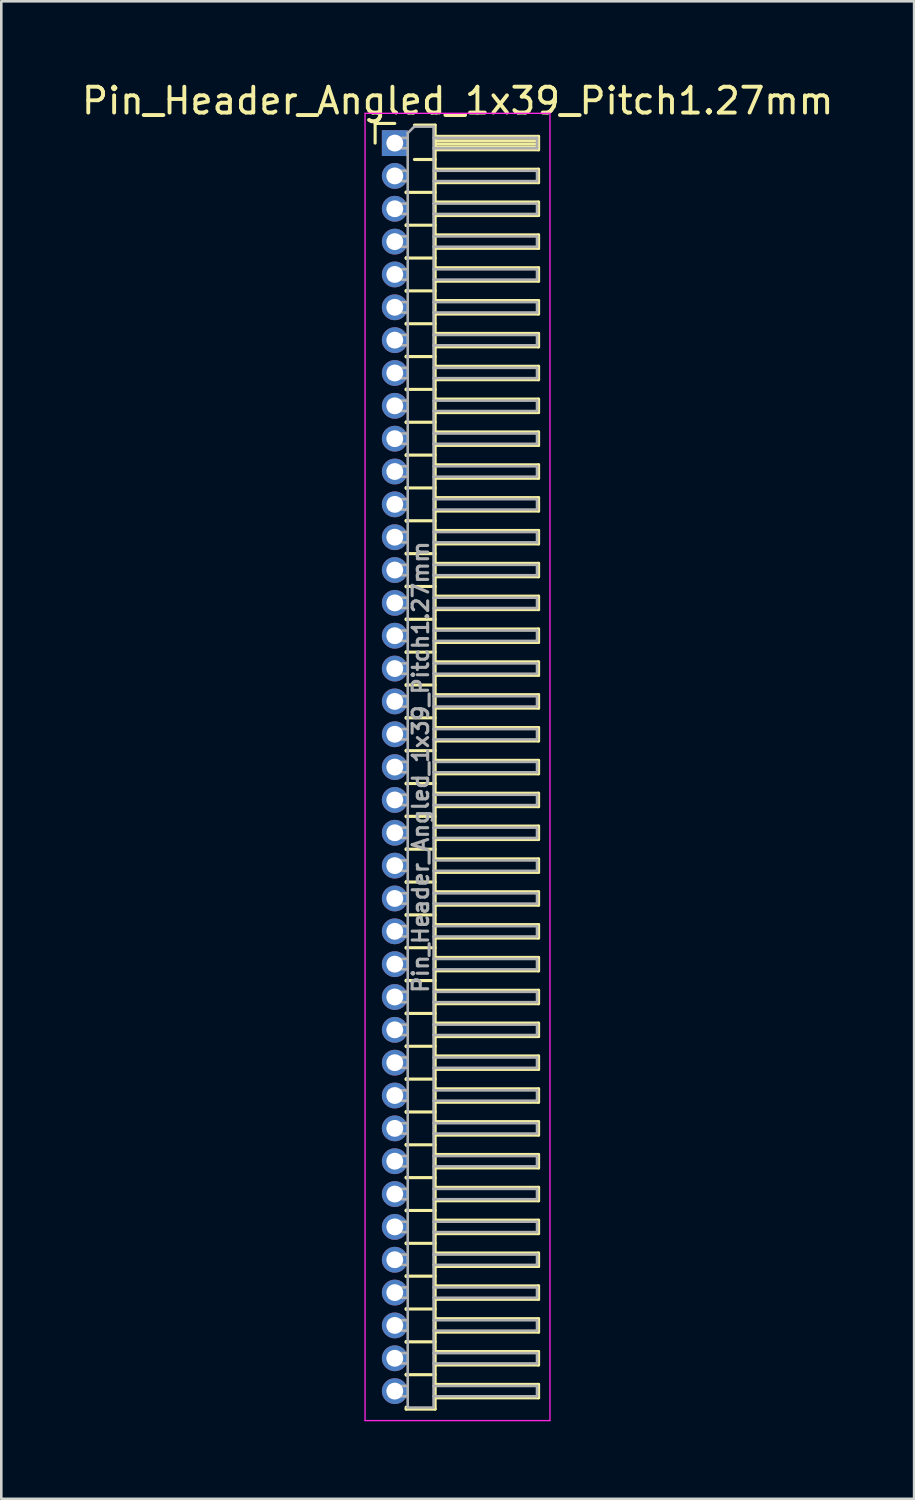
<source format=kicad_pcb>
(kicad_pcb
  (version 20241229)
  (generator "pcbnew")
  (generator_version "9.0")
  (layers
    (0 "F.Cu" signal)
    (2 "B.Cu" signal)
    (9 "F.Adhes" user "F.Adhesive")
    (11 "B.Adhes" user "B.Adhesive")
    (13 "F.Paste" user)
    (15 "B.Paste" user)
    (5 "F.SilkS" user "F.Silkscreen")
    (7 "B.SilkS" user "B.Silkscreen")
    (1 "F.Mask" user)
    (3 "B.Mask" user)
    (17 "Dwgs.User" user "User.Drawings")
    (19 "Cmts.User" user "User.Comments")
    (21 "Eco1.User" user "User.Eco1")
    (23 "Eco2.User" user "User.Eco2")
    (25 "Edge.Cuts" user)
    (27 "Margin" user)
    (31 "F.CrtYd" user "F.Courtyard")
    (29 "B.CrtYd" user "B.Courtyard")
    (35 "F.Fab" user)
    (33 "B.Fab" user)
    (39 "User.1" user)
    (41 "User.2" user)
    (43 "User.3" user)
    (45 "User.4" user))
  (footprint "Pin_Header_Angled_1x39_Pitch1.27mm"
    (layer "F.Cu")
    (at 12.216 2.483)
    (property "Reference" "Pin_Header_Angled_1x39_Pitch1.27mm" (at 2.433 -1.635 0) (layer "F.SilkS") (effects (font (size 1 1) (thickness 0.15))))
    (attr through_hole)
    (fp_line (start -0.76 -0.76) (end 0 -0.76) (stroke (width 0.12) (type solid)) (layer "F.SilkS"))
    (fp_line (start -0.76 0) (end -0.76 -0.76) (stroke (width 0.12) (type solid)) (layer "F.SilkS"))
    (fp_line (start 0.44 1.89) (end 0.44 1.92) (stroke (width 0.12) (type solid)) (layer "F.SilkS"))
    (fp_line (start 0.44 1.905) (end 1.56 1.905) (stroke (width 0.12) (type solid)) (layer "F.SilkS"))
    (fp_line (start 0.44 3.16) (end 0.44 3.19) (stroke (width 0.12) (type solid)) (layer "F.SilkS"))
    (fp_line (start 0.44 3.175) (end 1.56 3.175) (stroke (width 0.12) (type solid)) (layer "F.SilkS"))
    (fp_line (start 0.44 4.43) (end 0.44 4.46) (stroke (width 0.12) (type solid)) (layer "F.SilkS"))
    (fp_line (start 0.44 4.445) (end 1.56 4.445) (stroke (width 0.12) (type solid)) (layer "F.SilkS"))
    (fp_line (start 0.44 5.7) (end 0.44 5.73) (stroke (width 0.12) (type solid)) (layer "F.SilkS"))
    (fp_line (start 0.44 5.715) (end 1.56 5.715) (stroke (width 0.12) (type solid)) (layer "F.SilkS"))
    (fp_line (start 0.44 6.97) (end 0.44 7) (stroke (width 0.12) (type solid)) (layer "F.SilkS"))
    (fp_line (start 0.44 6.985) (end 1.56 6.985) (stroke (width 0.12) (type solid)) (layer "F.SilkS"))
    (fp_line (start 0.44 8.24) (end 0.44 8.27) (stroke (width 0.12) (type solid)) (layer "F.SilkS"))
    (fp_line (start 0.44 8.255) (end 1.56 8.255) (stroke (width 0.12) (type solid)) (layer "F.SilkS"))
    (fp_line (start 0.44 9.51) (end 0.44 9.54) (stroke (width 0.12) (type solid)) (layer "F.SilkS"))
    (fp_line (start 0.44 9.525) (end 1.56 9.525) (stroke (width 0.12) (type solid)) (layer "F.SilkS"))
    (fp_line (start 0.44 10.78) (end 0.44 10.81) (stroke (width 0.12) (type solid)) (layer "F.SilkS"))
    (fp_line (start 0.44 10.795) (end 1.56 10.795) (stroke (width 0.12) (type solid)) (layer "F.SilkS"))
    (fp_line (start 0.44 12.05) (end 0.44 12.08) (stroke (width 0.12) (type solid)) (layer "F.SilkS"))
    (fp_line (start 0.44 12.065) (end 1.56 12.065) (stroke (width 0.12) (type solid)) (layer "F.SilkS"))
    (fp_line (start 0.44 13.32) (end 0.44 13.35) (stroke (width 0.12) (type solid)) (layer "F.SilkS"))
    (fp_line (start 0.44 13.335) (end 1.56 13.335) (stroke (width 0.12) (type solid)) (layer "F.SilkS"))
    (fp_line (start 0.44 14.59) (end 0.44 14.62) (stroke (width 0.12) (type solid)) (layer "F.SilkS"))
    (fp_line (start 0.44 14.605) (end 1.56 14.605) (stroke (width 0.12) (type solid)) (layer "F.SilkS"))
    (fp_line (start 0.44 15.86) (end 0.44 15.89) (stroke (width 0.12) (type solid)) (layer "F.SilkS"))
    (fp_line (start 0.44 15.875) (end 1.56 15.875) (stroke (width 0.12) (type solid)) (layer "F.SilkS"))
    (fp_line (start 0.44 17.13) (end 0.44 17.16) (stroke (width 0.12) (type solid)) (layer "F.SilkS"))
    (fp_line (start 0.44 17.145) (end 1.56 17.145) (stroke (width 0.12) (type solid)) (layer "F.SilkS"))
    (fp_line (start 0.44 18.4) (end 0.44 18.43) (stroke (width 0.12) (type solid)) (layer "F.SilkS"))
    (fp_line (start 0.44 18.415) (end 1.56 18.415) (stroke (width 0.12) (type solid)) (layer "F.SilkS"))
    (fp_line (start 0.44 19.67) (end 0.44 19.7) (stroke (width 0.12) (type solid)) (layer "F.SilkS"))
    (fp_line (start 0.44 19.685) (end 1.56 19.685) (stroke (width 0.12) (type solid)) (layer "F.SilkS"))
    (fp_line (start 0.44 20.94) (end 0.44 20.97) (stroke (width 0.12) (type solid)) (layer "F.SilkS"))
    (fp_line (start 0.44 20.955) (end 1.56 20.955) (stroke (width 0.12) (type solid)) (layer "F.SilkS"))
    (fp_line (start 0.44 22.21) (end 0.44 22.24) (stroke (width 0.12) (type solid)) (layer "F.SilkS"))
    (fp_line (start 0.44 22.225) (end 1.56 22.225) (stroke (width 0.12) (type solid)) (layer "F.SilkS"))
    (fp_line (start 0.44 23.48) (end 0.44 23.51) (stroke (width 0.12) (type solid)) (layer "F.SilkS"))
    (fp_line (start 0.44 23.495) (end 1.56 23.495) (stroke (width 0.12) (type solid)) (layer "F.SilkS"))
    (fp_line (start 0.44 24.75) (end 0.44 24.78) (stroke (width 0.12) (type solid)) (layer "F.SilkS"))
    (fp_line (start 0.44 24.765) (end 1.56 24.765) (stroke (width 0.12) (type solid)) (layer "F.SilkS"))
    (fp_line (start 0.44 26.02) (end 0.44 26.05) (stroke (width 0.12) (type solid)) (layer "F.SilkS"))
    (fp_line (start 0.44 26.035) (end 1.56 26.035) (stroke (width 0.12) (type solid)) (layer "F.SilkS"))
    (fp_line (start 0.44 27.29) (end 0.44 27.32) (stroke (width 0.12) (type solid)) (layer "F.SilkS"))
    (fp_line (start 0.44 27.305) (end 1.56 27.305) (stroke (width 0.12) (type solid)) (layer "F.SilkS"))
    (fp_line (start 0.44 28.56) (end 0.44 28.59) (stroke (width 0.12) (type solid)) (layer "F.SilkS"))
    (fp_line (start 0.44 28.575) (end 1.56 28.575) (stroke (width 0.12) (type solid)) (layer "F.SilkS"))
    (fp_line (start 0.44 29.83) (end 0.44 29.86) (stroke (width 0.12) (type solid)) (layer "F.SilkS"))
    (fp_line (start 0.44 29.845) (end 1.56 29.845) (stroke (width 0.12) (type solid)) (layer "F.SilkS"))
    (fp_line (start 0.44 31.1) (end 0.44 31.13) (stroke (width 0.12) (type solid)) (layer "F.SilkS"))
    (fp_line (start 0.44 31.115) (end 1.56 31.115) (stroke (width 0.12) (type solid)) (layer "F.SilkS"))
    (fp_line (start 0.44 32.37) (end 0.44 32.4) (stroke (width 0.12) (type solid)) (layer "F.SilkS"))
    (fp_line (start 0.44 32.385) (end 1.56 32.385) (stroke (width 0.12) (type solid)) (layer "F.SilkS"))
    (fp_line (start 0.44 33.64) (end 0.44 33.67) (stroke (width 0.12) (type solid)) (layer "F.SilkS"))
    (fp_line (start 0.44 33.655) (end 1.56 33.655) (stroke (width 0.12) (type solid)) (layer "F.SilkS"))
    (fp_line (start 0.44 34.91) (end 0.44 34.94) (stroke (width 0.12) (type solid)) (layer "F.SilkS"))
    (fp_line (start 0.44 34.925) (end 1.56 34.925) (stroke (width 0.12) (type solid)) (layer "F.SilkS"))
    (fp_line (start 0.44 36.18) (end 0.44 36.21) (stroke (width 0.12) (type solid)) (layer "F.SilkS"))
    (fp_line (start 0.44 36.195) (end 1.56 36.195) (stroke (width 0.12) (type solid)) (layer "F.SilkS"))
    (fp_line (start 0.44 37.45) (end 0.44 37.48) (stroke (width 0.12) (type solid)) (layer "F.SilkS"))
    (fp_line (start 0.44 37.465) (end 1.56 37.465) (stroke (width 0.12) (type solid)) (layer "F.SilkS"))
    (fp_line (start 0.44 38.72) (end 0.44 38.75) (stroke (width 0.12) (type solid)) (layer "F.SilkS"))
    (fp_line (start 0.44 38.735) (end 1.56 38.735) (stroke (width 0.12) (type solid)) (layer "F.SilkS"))
    (fp_line (start 0.44 39.99) (end 0.44 40.02) (stroke (width 0.12) (type solid)) (layer "F.SilkS"))
    (fp_line (start 0.44 40.005) (end 1.56 40.005) (stroke (width 0.12) (type solid)) (layer "F.SilkS"))
    (fp_line (start 0.44 41.26) (end 0.44 41.29) (stroke (width 0.12) (type solid)) (layer "F.SilkS"))
    (fp_line (start 0.44 41.275) (end 1.56 41.275) (stroke (width 0.12) (type solid)) (layer "F.SilkS"))
    (fp_line (start 0.44 42.53) (end 0.44 42.56) (stroke (width 0.12) (type solid)) (layer "F.SilkS"))
    (fp_line (start 0.44 42.545) (end 1.56 42.545) (stroke (width 0.12) (type solid)) (layer "F.SilkS"))
    (fp_line (start 0.44 43.8) (end 0.44 43.83) (stroke (width 0.12) (type solid)) (layer "F.SilkS"))
    (fp_line (start 0.44 43.815) (end 1.56 43.815) (stroke (width 0.12) (type solid)) (layer "F.SilkS"))
    (fp_line (start 0.44 45.07) (end 0.44 45.1) (stroke (width 0.12) (type solid)) (layer "F.SilkS"))
    (fp_line (start 0.44 45.085) (end 1.56 45.085) (stroke (width 0.12) (type solid)) (layer "F.SilkS"))
    (fp_line (start 0.44 46.34) (end 0.44 46.37) (stroke (width 0.12) (type solid)) (layer "F.SilkS"))
    (fp_line (start 0.44 46.355) (end 1.56 46.355) (stroke (width 0.12) (type solid)) (layer "F.SilkS"))
    (fp_line (start 0.44 47.61) (end 0.44 47.64) (stroke (width 0.12) (type solid)) (layer "F.SilkS"))
    (fp_line (start 0.44 47.625) (end 1.56 47.625) (stroke (width 0.12) (type solid)) (layer "F.SilkS"))
    (fp_line (start 0.44 48.955) (end 0.44 48.88) (stroke (width 0.12) (type solid)) (layer "F.SilkS"))
    (fp_line (start 0.76 -0.695) (end 1.56 -0.695) (stroke (width 0.12) (type solid)) (layer "F.SilkS"))
    (fp_line (start 0.76 0.635) (end 1.56 0.635) (stroke (width 0.12) (type solid)) (layer "F.SilkS"))
    (fp_line (start 1.56 -0.695) (end 1.56 48.955) (stroke (width 0.12) (type solid)) (layer "F.SilkS"))
    (fp_line (start 1.56 -0.26) (end 5.56 -0.26) (stroke (width 0.12) (type solid)) (layer "F.SilkS"))
    (fp_line (start 1.56 -0.2) (end 5.56 -0.2) (stroke (width 0.12) (type solid)) (layer "F.SilkS"))
    (fp_line (start 1.56 -0.08) (end 5.56 -0.08) (stroke (width 0.12) (type solid)) (layer "F.SilkS"))
    (fp_line (start 1.56 0.04) (end 5.56 0.04) (stroke (width 0.12) (type solid)) (layer "F.SilkS"))
    (fp_line (start 1.56 0.16) (end 5.56 0.16) (stroke (width 0.12) (type solid)) (layer "F.SilkS"))
    (fp_line (start 1.56 1.01) (end 5.56 1.01) (stroke (width 0.12) (type solid)) (layer "F.SilkS"))
    (fp_line (start 1.56 2.28) (end 5.56 2.28) (stroke (width 0.12) (type solid)) (layer "F.SilkS"))
    (fp_line (start 1.56 3.55) (end 5.56 3.55) (stroke (width 0.12) (type solid)) (layer "F.SilkS"))
    (fp_line (start 1.56 4.82) (end 5.56 4.82) (stroke (width 0.12) (type solid)) (layer "F.SilkS"))
    (fp_line (start 1.56 6.09) (end 5.56 6.09) (stroke (width 0.12) (type solid)) (layer "F.SilkS"))
    (fp_line (start 1.56 7.36) (end 5.56 7.36) (stroke (width 0.12) (type solid)) (layer "F.SilkS"))
    (fp_line (start 1.56 8.63) (end 5.56 8.63) (stroke (width 0.12) (type solid)) (layer "F.SilkS"))
    (fp_line (start 1.56 9.9) (end 5.56 9.9) (stroke (width 0.12) (type solid)) (layer "F.SilkS"))
    (fp_line (start 1.56 11.17) (end 5.56 11.17) (stroke (width 0.12) (type solid)) (layer "F.SilkS"))
    (fp_line (start 1.56 12.44) (end 5.56 12.44) (stroke (width 0.12) (type solid)) (layer "F.SilkS"))
    (fp_line (start 1.56 13.71) (end 5.56 13.71) (stroke (width 0.12) (type solid)) (layer "F.SilkS"))
    (fp_line (start 1.56 14.98) (end 5.56 14.98) (stroke (width 0.12) (type solid)) (layer "F.SilkS"))
    (fp_line (start 1.56 16.25) (end 5.56 16.25) (stroke (width 0.12) (type solid)) (layer "F.SilkS"))
    (fp_line (start 1.56 17.52) (end 5.56 17.52) (stroke (width 0.12) (type solid)) (layer "F.SilkS"))
    (fp_line (start 1.56 18.79) (end 5.56 18.79) (stroke (width 0.12) (type solid)) (layer "F.SilkS"))
    (fp_line (start 1.56 20.06) (end 5.56 20.06) (stroke (width 0.12) (type solid)) (layer "F.SilkS"))
    (fp_line (start 1.56 21.33) (end 5.56 21.33) (stroke (width 0.12) (type solid)) (layer "F.SilkS"))
    (fp_line (start 1.56 22.6) (end 5.56 22.6) (stroke (width 0.12) (type solid)) (layer "F.SilkS"))
    (fp_line (start 1.56 23.87) (end 5.56 23.87) (stroke (width 0.12) (type solid)) (layer "F.SilkS"))
    (fp_line (start 1.56 25.14) (end 5.56 25.14) (stroke (width 0.12) (type solid)) (layer "F.SilkS"))
    (fp_line (start 1.56 26.41) (end 5.56 26.41) (stroke (width 0.12) (type solid)) (layer "F.SilkS"))
    (fp_line (start 1.56 27.68) (end 5.56 27.68) (stroke (width 0.12) (type solid)) (layer "F.SilkS"))
    (fp_line (start 1.56 28.95) (end 5.56 28.95) (stroke (width 0.12) (type solid)) (layer "F.SilkS"))
    (fp_line (start 1.56 30.22) (end 5.56 30.22) (stroke (width 0.12) (type solid)) (layer "F.SilkS"))
    (fp_line (start 1.56 31.49) (end 5.56 31.49) (stroke (width 0.12) (type solid)) (layer "F.SilkS"))
    (fp_line (start 1.56 32.76) (end 5.56 32.76) (stroke (width 0.12) (type solid)) (layer "F.SilkS"))
    (fp_line (start 1.56 34.03) (end 5.56 34.03) (stroke (width 0.12) (type solid)) (layer "F.SilkS"))
    (fp_line (start 1.56 35.3) (end 5.56 35.3) (stroke (width 0.12) (type solid)) (layer "F.SilkS"))
    (fp_line (start 1.56 36.57) (end 5.56 36.57) (stroke (width 0.12) (type solid)) (layer "F.SilkS"))
    (fp_line (start 1.56 37.84) (end 5.56 37.84) (stroke (width 0.12) (type solid)) (layer "F.SilkS"))
    (fp_line (start 1.56 39.11) (end 5.56 39.11) (stroke (width 0.12) (type solid)) (layer "F.SilkS"))
    (fp_line (start 1.56 40.38) (end 5.56 40.38) (stroke (width 0.12) (type solid)) (layer "F.SilkS"))
    (fp_line (start 1.56 41.65) (end 5.56 41.65) (stroke (width 0.12) (type solid)) (layer "F.SilkS"))
    (fp_line (start 1.56 42.92) (end 5.56 42.92) (stroke (width 0.12) (type solid)) (layer "F.SilkS"))
    (fp_line (start 1.56 44.19) (end 5.56 44.19) (stroke (width 0.12) (type solid)) (layer "F.SilkS"))
    (fp_line (start 1.56 45.46) (end 5.56 45.46) (stroke (width 0.12) (type solid)) (layer "F.SilkS"))
    (fp_line (start 1.56 46.73) (end 5.56 46.73) (stroke (width 0.12) (type solid)) (layer "F.SilkS"))
    (fp_line (start 1.56 48) (end 5.56 48) (stroke (width 0.12) (type solid)) (layer "F.SilkS"))
    (fp_line (start 1.56 48.955) (end 0.44 48.955) (stroke (width 0.12) (type solid)) (layer "F.SilkS"))
    (fp_line (start 5.56 -0.26) (end 5.56 0.26) (stroke (width 0.12) (type solid)) (layer "F.SilkS"))
    (fp_line (start 5.56 0.26) (end 1.56 0.26) (stroke (width 0.12) (type solid)) (layer "F.SilkS"))
    (fp_line (start 5.56 1.01) (end 5.56 1.53) (stroke (width 0.12) (type solid)) (layer "F.SilkS"))
    (fp_line (start 5.56 1.53) (end 1.56 1.53) (stroke (width 0.12) (type solid)) (layer "F.SilkS"))
    (fp_line (start 5.56 2.28) (end 5.56 2.8) (stroke (width 0.12) (type solid)) (layer "F.SilkS"))
    (fp_line (start 5.56 2.8) (end 1.56 2.8) (stroke (width 0.12) (type solid)) (layer "F.SilkS"))
    (fp_line (start 5.56 3.55) (end 5.56 4.07) (stroke (width 0.12) (type solid)) (layer "F.SilkS"))
    (fp_line (start 5.56 4.07) (end 1.56 4.07) (stroke (width 0.12) (type solid)) (layer "F.SilkS"))
    (fp_line (start 5.56 4.82) (end 5.56 5.34) (stroke (width 0.12) (type solid)) (layer "F.SilkS"))
    (fp_line (start 5.56 5.34) (end 1.56 5.34) (stroke (width 0.12) (type solid)) (layer "F.SilkS"))
    (fp_line (start 5.56 6.09) (end 5.56 6.61) (stroke (width 0.12) (type solid)) (layer "F.SilkS"))
    (fp_line (start 5.56 6.61) (end 1.56 6.61) (stroke (width 0.12) (type solid)) (layer "F.SilkS"))
    (fp_line (start 5.56 7.36) (end 5.56 7.88) (stroke (width 0.12) (type solid)) (layer "F.SilkS"))
    (fp_line (start 5.56 7.88) (end 1.56 7.88) (stroke (width 0.12) (type solid)) (layer "F.SilkS"))
    (fp_line (start 5.56 8.63) (end 5.56 9.15) (stroke (width 0.12) (type solid)) (layer "F.SilkS"))
    (fp_line (start 5.56 9.15) (end 1.56 9.15) (stroke (width 0.12) (type solid)) (layer "F.SilkS"))
    (fp_line (start 5.56 9.9) (end 5.56 10.42) (stroke (width 0.12) (type solid)) (layer "F.SilkS"))
    (fp_line (start 5.56 10.42) (end 1.56 10.42) (stroke (width 0.12) (type solid)) (layer "F.SilkS"))
    (fp_line (start 5.56 11.17) (end 5.56 11.69) (stroke (width 0.12) (type solid)) (layer "F.SilkS"))
    (fp_line (start 5.56 11.69) (end 1.56 11.69) (stroke (width 0.12) (type solid)) (layer "F.SilkS"))
    (fp_line (start 5.56 12.44) (end 5.56 12.96) (stroke (width 0.12) (type solid)) (layer "F.SilkS"))
    (fp_line (start 5.56 12.96) (end 1.56 12.96) (stroke (width 0.12) (type solid)) (layer "F.SilkS"))
    (fp_line (start 5.56 13.71) (end 5.56 14.23) (stroke (width 0.12) (type solid)) (layer "F.SilkS"))
    (fp_line (start 5.56 14.23) (end 1.56 14.23) (stroke (width 0.12) (type solid)) (layer "F.SilkS"))
    (fp_line (start 5.56 14.98) (end 5.56 15.5) (stroke (width 0.12) (type solid)) (layer "F.SilkS"))
    (fp_line (start 5.56 15.5) (end 1.56 15.5) (stroke (width 0.12) (type solid)) (layer "F.SilkS"))
    (fp_line (start 5.56 16.25) (end 5.56 16.77) (stroke (width 0.12) (type solid)) (layer "F.SilkS"))
    (fp_line (start 5.56 16.77) (end 1.56 16.77) (stroke (width 0.12) (type solid)) (layer "F.SilkS"))
    (fp_line (start 5.56 17.52) (end 5.56 18.04) (stroke (width 0.12) (type solid)) (layer "F.SilkS"))
    (fp_line (start 5.56 18.04) (end 1.56 18.04) (stroke (width 0.12) (type solid)) (layer "F.SilkS"))
    (fp_line (start 5.56 18.79) (end 5.56 19.31) (stroke (width 0.12) (type solid)) (layer "F.SilkS"))
    (fp_line (start 5.56 19.31) (end 1.56 19.31) (stroke (width 0.12) (type solid)) (layer "F.SilkS"))
    (fp_line (start 5.56 20.06) (end 5.56 20.58) (stroke (width 0.12) (type solid)) (layer "F.SilkS"))
    (fp_line (start 5.56 20.58) (end 1.56 20.58) (stroke (width 0.12) (type solid)) (layer "F.SilkS"))
    (fp_line (start 5.56 21.33) (end 5.56 21.85) (stroke (width 0.12) (type solid)) (layer "F.SilkS"))
    (fp_line (start 5.56 21.85) (end 1.56 21.85) (stroke (width 0.12) (type solid)) (layer "F.SilkS"))
    (fp_line (start 5.56 22.6) (end 5.56 23.12) (stroke (width 0.12) (type solid)) (layer "F.SilkS"))
    (fp_line (start 5.56 23.12) (end 1.56 23.12) (stroke (width 0.12) (type solid)) (layer "F.SilkS"))
    (fp_line (start 5.56 23.87) (end 5.56 24.39) (stroke (width 0.12) (type solid)) (layer "F.SilkS"))
    (fp_line (start 5.56 24.39) (end 1.56 24.39) (stroke (width 0.12) (type solid)) (layer "F.SilkS"))
    (fp_line (start 5.56 25.14) (end 5.56 25.66) (stroke (width 0.12) (type solid)) (layer "F.SilkS"))
    (fp_line (start 5.56 25.66) (end 1.56 25.66) (stroke (width 0.12) (type solid)) (layer "F.SilkS"))
    (fp_line (start 5.56 26.41) (end 5.56 26.93) (stroke (width 0.12) (type solid)) (layer "F.SilkS"))
    (fp_line (start 5.56 26.93) (end 1.56 26.93) (stroke (width 0.12) (type solid)) (layer "F.SilkS"))
    (fp_line (start 5.56 27.68) (end 5.56 28.2) (stroke (width 0.12) (type solid)) (layer "F.SilkS"))
    (fp_line (start 5.56 28.2) (end 1.56 28.2) (stroke (width 0.12) (type solid)) (layer "F.SilkS"))
    (fp_line (start 5.56 28.95) (end 5.56 29.47) (stroke (width 0.12) (type solid)) (layer "F.SilkS"))
    (fp_line (start 5.56 29.47) (end 1.56 29.47) (stroke (width 0.12) (type solid)) (layer "F.SilkS"))
    (fp_line (start 5.56 30.22) (end 5.56 30.74) (stroke (width 0.12) (type solid)) (layer "F.SilkS"))
    (fp_line (start 5.56 30.74) (end 1.56 30.74) (stroke (width 0.12) (type solid)) (layer "F.SilkS"))
    (fp_line (start 5.56 31.49) (end 5.56 32.01) (stroke (width 0.12) (type solid)) (layer "F.SilkS"))
    (fp_line (start 5.56 32.01) (end 1.56 32.01) (stroke (width 0.12) (type solid)) (layer "F.SilkS"))
    (fp_line (start 5.56 32.76) (end 5.56 33.28) (stroke (width 0.12) (type solid)) (layer "F.SilkS"))
    (fp_line (start 5.56 33.28) (end 1.56 33.28) (stroke (width 0.12) (type solid)) (layer "F.SilkS"))
    (fp_line (start 5.56 34.03) (end 5.56 34.55) (stroke (width 0.12) (type solid)) (layer "F.SilkS"))
    (fp_line (start 5.56 34.55) (end 1.56 34.55) (stroke (width 0.12) (type solid)) (layer "F.SilkS"))
    (fp_line (start 5.56 35.3) (end 5.56 35.82) (stroke (width 0.12) (type solid)) (layer "F.SilkS"))
    (fp_line (start 5.56 35.82) (end 1.56 35.82) (stroke (width 0.12) (type solid)) (layer "F.SilkS"))
    (fp_line (start 5.56 36.57) (end 5.56 37.09) (stroke (width 0.12) (type solid)) (layer "F.SilkS"))
    (fp_line (start 5.56 37.09) (end 1.56 37.09) (stroke (width 0.12) (type solid)) (layer "F.SilkS"))
    (fp_line (start 5.56 37.84) (end 5.56 38.36) (stroke (width 0.12) (type solid)) (layer "F.SilkS"))
    (fp_line (start 5.56 38.36) (end 1.56 38.36) (stroke (width 0.12) (type solid)) (layer "F.SilkS"))
    (fp_line (start 5.56 39.11) (end 5.56 39.63) (stroke (width 0.12) (type solid)) (layer "F.SilkS"))
    (fp_line (start 5.56 39.63) (end 1.56 39.63) (stroke (width 0.12) (type solid)) (layer "F.SilkS"))
    (fp_line (start 5.56 40.38) (end 5.56 40.9) (stroke (width 0.12) (type solid)) (layer "F.SilkS"))
    (fp_line (start 5.56 40.9) (end 1.56 40.9) (stroke (width 0.12) (type solid)) (layer "F.SilkS"))
    (fp_line (start 5.56 41.65) (end 5.56 42.17) (stroke (width 0.12) (type solid)) (layer "F.SilkS"))
    (fp_line (start 5.56 42.17) (end 1.56 42.17) (stroke (width 0.12) (type solid)) (layer "F.SilkS"))
    (fp_line (start 5.56 42.92) (end 5.56 43.44) (stroke (width 0.12) (type solid)) (layer "F.SilkS"))
    (fp_line (start 5.56 43.44) (end 1.56 43.44) (stroke (width 0.12) (type solid)) (layer "F.SilkS"))
    (fp_line (start 5.56 44.19) (end 5.56 44.71) (stroke (width 0.12) (type solid)) (layer "F.SilkS"))
    (fp_line (start 5.56 44.71) (end 1.56 44.71) (stroke (width 0.12) (type solid)) (layer "F.SilkS"))
    (fp_line (start 5.56 45.46) (end 5.56 45.98) (stroke (width 0.12) (type solid)) (layer "F.SilkS"))
    (fp_line (start 5.56 45.98) (end 1.56 45.98) (stroke (width 0.12) (type solid)) (layer "F.SilkS"))
    (fp_line (start 5.56 46.73) (end 5.56 47.25) (stroke (width 0.12) (type solid)) (layer "F.SilkS"))
    (fp_line (start 5.56 47.25) (end 1.56 47.25) (stroke (width 0.12) (type solid)) (layer "F.SilkS"))
    (fp_line (start 5.56 48) (end 5.56 48.52) (stroke (width 0.12) (type solid)) (layer "F.SilkS"))
    (fp_line (start 5.56 48.52) (end 1.56 48.52) (stroke (width 0.12) (type solid)) (layer "F.SilkS"))
    (fp_line (start -1.15 -1.15) (end -1.15 49.4) (stroke (width 0.05) (type solid)) (layer "F.CrtYd"))
    (fp_line (start -1.15 49.4) (end 6 49.4) (stroke (width 0.05) (type solid)) (layer "F.CrtYd"))
    (fp_line (start 6 -1.15) (end -1.15 -1.15) (stroke (width 0.05) (type solid)) (layer "F.CrtYd"))
    (fp_line (start 6 49.4) (end 6 -1.15) (stroke (width 0.05) (type solid)) (layer "F.CrtYd"))
    (fp_line (start -0.2 -0.2) (end -0.2 0.2) (stroke (width 0.1) (type solid)) (layer "F.Fab"))
    (fp_line (start -0.2 -0.2) (end 0.5 -0.2) (stroke (width 0.1) (type solid)) (layer "F.Fab"))
    (fp_line (start -0.2 0.2) (end 0.5 0.2) (stroke (width 0.1) (type solid)) (layer "F.Fab"))
    (fp_line (start -0.2 1.07) (end -0.2 1.47) (stroke (width 0.1) (type solid)) (layer "F.Fab"))
    (fp_line (start -0.2 1.07) (end 0.5 1.07) (stroke (width 0.1) (type solid)) (layer "F.Fab"))
    (fp_line (start -0.2 1.47) (end 0.5 1.47) (stroke (width 0.1) (type solid)) (layer "F.Fab"))
    (fp_line (start -0.2 2.34) (end -0.2 2.74) (stroke (width 0.1) (type solid)) (layer "F.Fab"))
    (fp_line (start -0.2 2.34) (end 0.5 2.34) (stroke (width 0.1) (type solid)) (layer "F.Fab"))
    (fp_line (start -0.2 2.74) (end 0.5 2.74) (stroke (width 0.1) (type solid)) (layer "F.Fab"))
    (fp_line (start -0.2 3.61) (end -0.2 4.01) (stroke (width 0.1) (type solid)) (layer "F.Fab"))
    (fp_line (start -0.2 3.61) (end 0.5 3.61) (stroke (width 0.1) (type solid)) (layer "F.Fab"))
    (fp_line (start -0.2 4.01) (end 0.5 4.01) (stroke (width 0.1) (type solid)) (layer "F.Fab"))
    (fp_line (start -0.2 4.88) (end -0.2 5.28) (stroke (width 0.1) (type solid)) (layer "F.Fab"))
    (fp_line (start -0.2 4.88) (end 0.5 4.88) (stroke (width 0.1) (type solid)) (layer "F.Fab"))
    (fp_line (start -0.2 5.28) (end 0.5 5.28) (stroke (width 0.1) (type solid)) (layer "F.Fab"))
    (fp_line (start -0.2 6.15) (end -0.2 6.55) (stroke (width 0.1) (type solid)) (layer "F.Fab"))
    (fp_line (start -0.2 6.15) (end 0.5 6.15) (stroke (width 0.1) (type solid)) (layer "F.Fab"))
    (fp_line (start -0.2 6.55) (end 0.5 6.55) (stroke (width 0.1) (type solid)) (layer "F.Fab"))
    (fp_line (start -0.2 7.42) (end -0.2 7.82) (stroke (width 0.1) (type solid)) (layer "F.Fab"))
    (fp_line (start -0.2 7.42) (end 0.5 7.42) (stroke (width 0.1) (type solid)) (layer "F.Fab"))
    (fp_line (start -0.2 7.82) (end 0.5 7.82) (stroke (width 0.1) (type solid)) (layer "F.Fab"))
    (fp_line (start -0.2 8.69) (end -0.2 9.09) (stroke (width 0.1) (type solid)) (layer "F.Fab"))
    (fp_line (start -0.2 8.69) (end 0.5 8.69) (stroke (width 0.1) (type solid)) (layer "F.Fab"))
    (fp_line (start -0.2 9.09) (end 0.5 9.09) (stroke (width 0.1) (type solid)) (layer "F.Fab"))
    (fp_line (start -0.2 9.96) (end -0.2 10.36) (stroke (width 0.1) (type solid)) (layer "F.Fab"))
    (fp_line (start -0.2 9.96) (end 0.5 9.96) (stroke (width 0.1) (type solid)) (layer "F.Fab"))
    (fp_line (start -0.2 10.36) (end 0.5 10.36) (stroke (width 0.1) (type solid)) (layer "F.Fab"))
    (fp_line (start -0.2 11.23) (end -0.2 11.63) (stroke (width 0.1) (type solid)) (layer "F.Fab"))
    (fp_line (start -0.2 11.23) (end 0.5 11.23) (stroke (width 0.1) (type solid)) (layer "F.Fab"))
    (fp_line (start -0.2 11.63) (end 0.5 11.63) (stroke (width 0.1) (type solid)) (layer "F.Fab"))
    (fp_line (start -0.2 12.5) (end -0.2 12.9) (stroke (width 0.1) (type solid)) (layer "F.Fab"))
    (fp_line (start -0.2 12.5) (end 0.5 12.5) (stroke (width 0.1) (type solid)) (layer "F.Fab"))
    (fp_line (start -0.2 12.9) (end 0.5 12.9) (stroke (width 0.1) (type solid)) (layer "F.Fab"))
    (fp_line (start -0.2 13.77) (end -0.2 14.17) (stroke (width 0.1) (type solid)) (layer "F.Fab"))
    (fp_line (start -0.2 13.77) (end 0.5 13.77) (stroke (width 0.1) (type solid)) (layer "F.Fab"))
    (fp_line (start -0.2 14.17) (end 0.5 14.17) (stroke (width 0.1) (type solid)) (layer "F.Fab"))
    (fp_line (start -0.2 15.04) (end -0.2 15.44) (stroke (width 0.1) (type solid)) (layer "F.Fab"))
    (fp_line (start -0.2 15.04) (end 0.5 15.04) (stroke (width 0.1) (type solid)) (layer "F.Fab"))
    (fp_line (start -0.2 15.44) (end 0.5 15.44) (stroke (width 0.1) (type solid)) (layer "F.Fab"))
    (fp_line (start -0.2 16.31) (end -0.2 16.71) (stroke (width 0.1) (type solid)) (layer "F.Fab"))
    (fp_line (start -0.2 16.31) (end 0.5 16.31) (stroke (width 0.1) (type solid)) (layer "F.Fab"))
    (fp_line (start -0.2 16.71) (end 0.5 16.71) (stroke (width 0.1) (type solid)) (layer "F.Fab"))
    (fp_line (start -0.2 17.58) (end -0.2 17.98) (stroke (width 0.1) (type solid)) (layer "F.Fab"))
    (fp_line (start -0.2 17.58) (end 0.5 17.58) (stroke (width 0.1) (type solid)) (layer "F.Fab"))
    (fp_line (start -0.2 17.98) (end 0.5 17.98) (stroke (width 0.1) (type solid)) (layer "F.Fab"))
    (fp_line (start -0.2 18.85) (end -0.2 19.25) (stroke (width 0.1) (type solid)) (layer "F.Fab"))
    (fp_line (start -0.2 18.85) (end 0.5 18.85) (stroke (width 0.1) (type solid)) (layer "F.Fab"))
    (fp_line (start -0.2 19.25) (end 0.5 19.25) (stroke (width 0.1) (type solid)) (layer "F.Fab"))
    (fp_line (start -0.2 20.12) (end -0.2 20.52) (stroke (width 0.1) (type solid)) (layer "F.Fab"))
    (fp_line (start -0.2 20.12) (end 0.5 20.12) (stroke (width 0.1) (type solid)) (layer "F.Fab"))
    (fp_line (start -0.2 20.52) (end 0.5 20.52) (stroke (width 0.1) (type solid)) (layer "F.Fab"))
    (fp_line (start -0.2 21.39) (end -0.2 21.79) (stroke (width 0.1) (type solid)) (layer "F.Fab"))
    (fp_line (start -0.2 21.39) (end 0.5 21.39) (stroke (width 0.1) (type solid)) (layer "F.Fab"))
    (fp_line (start -0.2 21.79) (end 0.5 21.79) (stroke (width 0.1) (type solid)) (layer "F.Fab"))
    (fp_line (start -0.2 22.66) (end -0.2 23.06) (stroke (width 0.1) (type solid)) (layer "F.Fab"))
    (fp_line (start -0.2 22.66) (end 0.5 22.66) (stroke (width 0.1) (type solid)) (layer "F.Fab"))
    (fp_line (start -0.2 23.06) (end 0.5 23.06) (stroke (width 0.1) (type solid)) (layer "F.Fab"))
    (fp_line (start -0.2 23.93) (end -0.2 24.33) (stroke (width 0.1) (type solid)) (layer "F.Fab"))
    (fp_line (start -0.2 23.93) (end 0.5 23.93) (stroke (width 0.1) (type solid)) (layer "F.Fab"))
    (fp_line (start -0.2 24.33) (end 0.5 24.33) (stroke (width 0.1) (type solid)) (layer "F.Fab"))
    (fp_line (start -0.2 25.2) (end -0.2 25.6) (stroke (width 0.1) (type solid)) (layer "F.Fab"))
    (fp_line (start -0.2 25.2) (end 0.5 25.2) (stroke (width 0.1) (type solid)) (layer "F.Fab"))
    (fp_line (start -0.2 25.6) (end 0.5 25.6) (stroke (width 0.1) (type solid)) (layer "F.Fab"))
    (fp_line (start -0.2 26.47) (end -0.2 26.87) (stroke (width 0.1) (type solid)) (layer "F.Fab"))
    (fp_line (start -0.2 26.47) (end 0.5 26.47) (stroke (width 0.1) (type solid)) (layer "F.Fab"))
    (fp_line (start -0.2 26.87) (end 0.5 26.87) (stroke (width 0.1) (type solid)) (layer "F.Fab"))
    (fp_line (start -0.2 27.74) (end -0.2 28.14) (stroke (width 0.1) (type solid)) (layer "F.Fab"))
    (fp_line (start -0.2 27.74) (end 0.5 27.74) (stroke (width 0.1) (type solid)) (layer "F.Fab"))
    (fp_line (start -0.2 28.14) (end 0.5 28.14) (stroke (width 0.1) (type solid)) (layer "F.Fab"))
    (fp_line (start -0.2 29.01) (end -0.2 29.41) (stroke (width 0.1) (type solid)) (layer "F.Fab"))
    (fp_line (start -0.2 29.01) (end 0.5 29.01) (stroke (width 0.1) (type solid)) (layer "F.Fab"))
    (fp_line (start -0.2 29.41) (end 0.5 29.41) (stroke (width 0.1) (type solid)) (layer "F.Fab"))
    (fp_line (start -0.2 30.28) (end -0.2 30.68) (stroke (width 0.1) (type solid)) (layer "F.Fab"))
    (fp_line (start -0.2 30.28) (end 0.5 30.28) (stroke (width 0.1) (type solid)) (layer "F.Fab"))
    (fp_line (start -0.2 30.68) (end 0.5 30.68) (stroke (width 0.1) (type solid)) (layer "F.Fab"))
    (fp_line (start -0.2 31.55) (end -0.2 31.95) (stroke (width 0.1) (type solid)) (layer "F.Fab"))
    (fp_line (start -0.2 31.55) (end 0.5 31.55) (stroke (width 0.1) (type solid)) (layer "F.Fab"))
    (fp_line (start -0.2 31.95) (end 0.5 31.95) (stroke (width 0.1) (type solid)) (layer "F.Fab"))
    (fp_line (start -0.2 32.82) (end -0.2 33.22) (stroke (width 0.1) (type solid)) (layer "F.Fab"))
    (fp_line (start -0.2 32.82) (end 0.5 32.82) (stroke (width 0.1) (type solid)) (layer "F.Fab"))
    (fp_line (start -0.2 33.22) (end 0.5 33.22) (stroke (width 0.1) (type solid)) (layer "F.Fab"))
    (fp_line (start -0.2 34.09) (end -0.2 34.49) (stroke (width 0.1) (type solid)) (layer "F.Fab"))
    (fp_line (start -0.2 34.09) (end 0.5 34.09) (stroke (width 0.1) (type solid)) (layer "F.Fab"))
    (fp_line (start -0.2 34.49) (end 0.5 34.49) (stroke (width 0.1) (type solid)) (layer "F.Fab"))
    (fp_line (start -0.2 35.36) (end -0.2 35.76) (stroke (width 0.1) (type solid)) (layer "F.Fab"))
    (fp_line (start -0.2 35.36) (end 0.5 35.36) (stroke (width 0.1) (type solid)) (layer "F.Fab"))
    (fp_line (start -0.2 35.76) (end 0.5 35.76) (stroke (width 0.1) (type solid)) (layer "F.Fab"))
    (fp_line (start -0.2 36.63) (end -0.2 37.03) (stroke (width 0.1) (type solid)) (layer "F.Fab"))
    (fp_line (start -0.2 36.63) (end 0.5 36.63) (stroke (width 0.1) (type solid)) (layer "F.Fab"))
    (fp_line (start -0.2 37.03) (end 0.5 37.03) (stroke (width 0.1) (type solid)) (layer "F.Fab"))
    (fp_line (start -0.2 37.9) (end -0.2 38.3) (stroke (width 0.1) (type solid)) (layer "F.Fab"))
    (fp_line (start -0.2 37.9) (end 0.5 37.9) (stroke (width 0.1) (type solid)) (layer "F.Fab"))
    (fp_line (start -0.2 38.3) (end 0.5 38.3) (stroke (width 0.1) (type solid)) (layer "F.Fab"))
    (fp_line (start -0.2 39.17) (end -0.2 39.57) (stroke (width 0.1) (type solid)) (layer "F.Fab"))
    (fp_line (start -0.2 39.17) (end 0.5 39.17) (stroke (width 0.1) (type solid)) (layer "F.Fab"))
    (fp_line (start -0.2 39.57) (end 0.5 39.57) (stroke (width 0.1) (type solid)) (layer "F.Fab"))
    (fp_line (start -0.2 40.44) (end -0.2 40.84) (stroke (width 0.1) (type solid)) (layer "F.Fab"))
    (fp_line (start -0.2 40.44) (end 0.5 40.44) (stroke (width 0.1) (type solid)) (layer "F.Fab"))
    (fp_line (start -0.2 40.84) (end 0.5 40.84) (stroke (width 0.1) (type solid)) (layer "F.Fab"))
    (fp_line (start -0.2 41.71) (end -0.2 42.11) (stroke (width 0.1) (type solid)) (layer "F.Fab"))
    (fp_line (start -0.2 41.71) (end 0.5 41.71) (stroke (width 0.1) (type solid)) (layer "F.Fab"))
    (fp_line (start -0.2 42.11) (end 0.5 42.11) (stroke (width 0.1) (type solid)) (layer "F.Fab"))
    (fp_line (start -0.2 42.98) (end -0.2 43.38) (stroke (width 0.1) (type solid)) (layer "F.Fab"))
    (fp_line (start -0.2 42.98) (end 0.5 42.98) (stroke (width 0.1) (type solid)) (layer "F.Fab"))
    (fp_line (start -0.2 43.38) (end 0.5 43.38) (stroke (width 0.1) (type solid)) (layer "F.Fab"))
    (fp_line (start -0.2 44.25) (end -0.2 44.65) (stroke (width 0.1) (type solid)) (layer "F.Fab"))
    (fp_line (start -0.2 44.25) (end 0.5 44.25) (stroke (width 0.1) (type solid)) (layer "F.Fab"))
    (fp_line (start -0.2 44.65) (end 0.5 44.65) (stroke (width 0.1) (type solid)) (layer "F.Fab"))
    (fp_line (start -0.2 45.52) (end -0.2 45.92) (stroke (width 0.1) (type solid)) (layer "F.Fab"))
    (fp_line (start -0.2 45.52) (end 0.5 45.52) (stroke (width 0.1) (type solid)) (layer "F.Fab"))
    (fp_line (start -0.2 45.92) (end 0.5 45.92) (stroke (width 0.1) (type solid)) (layer "F.Fab"))
    (fp_line (start -0.2 46.79) (end -0.2 47.19) (stroke (width 0.1) (type solid)) (layer "F.Fab"))
    (fp_line (start -0.2 46.79) (end 0.5 46.79) (stroke (width 0.1) (type solid)) (layer "F.Fab"))
    (fp_line (start -0.2 47.19) (end 0.5 47.19) (stroke (width 0.1) (type solid)) (layer "F.Fab"))
    (fp_line (start -0.2 48.06) (end -0.2 48.46) (stroke (width 0.1) (type solid)) (layer "F.Fab"))
    (fp_line (start -0.2 48.06) (end 0.5 48.06) (stroke (width 0.1) (type solid)) (layer "F.Fab"))
    (fp_line (start -0.2 48.46) (end 0.5 48.46) (stroke (width 0.1) (type solid)) (layer "F.Fab"))
    (fp_line (start 0.5 -0.385) (end 0.75 -0.635) (stroke (width 0.1) (type solid)) (layer "F.Fab"))
    (fp_line (start 0.5 48.895) (end 0.5 -0.385) (stroke (width 0.1) (type solid)) (layer "F.Fab"))
    (fp_line (start 0.75 -0.635) (end 1.5 -0.635) (stroke (width 0.1) (type solid)) (layer "F.Fab"))
    (fp_line (start 1.5 -0.635) (end 1.5 48.895) (stroke (width 0.1) (type solid)) (layer "F.Fab"))
    (fp_line (start 1.5 -0.2) (end 5.5 -0.2) (stroke (width 0.1) (type solid)) (layer "F.Fab"))
    (fp_line (start 1.5 0.2) (end 5.5 0.2) (stroke (width 0.1) (type solid)) (layer "F.Fab"))
    (fp_line (start 1.5 1.07) (end 5.5 1.07) (stroke (width 0.1) (type solid)) (layer "F.Fab"))
    (fp_line (start 1.5 1.47) (end 5.5 1.47) (stroke (width 0.1) (type solid)) (layer "F.Fab"))
    (fp_line (start 1.5 2.34) (end 5.5 2.34) (stroke (width 0.1) (type solid)) (layer "F.Fab"))
    (fp_line (start 1.5 2.74) (end 5.5 2.74) (stroke (width 0.1) (type solid)) (layer "F.Fab"))
    (fp_line (start 1.5 3.61) (end 5.5 3.61) (stroke (width 0.1) (type solid)) (layer "F.Fab"))
    (fp_line (start 1.5 4.01) (end 5.5 4.01) (stroke (width 0.1) (type solid)) (layer "F.Fab"))
    (fp_line (start 1.5 4.88) (end 5.5 4.88) (stroke (width 0.1) (type solid)) (layer "F.Fab"))
    (fp_line (start 1.5 5.28) (end 5.5 5.28) (stroke (width 0.1) (type solid)) (layer "F.Fab"))
    (fp_line (start 1.5 6.15) (end 5.5 6.15) (stroke (width 0.1) (type solid)) (layer "F.Fab"))
    (fp_line (start 1.5 6.55) (end 5.5 6.55) (stroke (width 0.1) (type solid)) (layer "F.Fab"))
    (fp_line (start 1.5 7.42) (end 5.5 7.42) (stroke (width 0.1) (type solid)) (layer "F.Fab"))
    (fp_line (start 1.5 7.82) (end 5.5 7.82) (stroke (width 0.1) (type solid)) (layer "F.Fab"))
    (fp_line (start 1.5 8.69) (end 5.5 8.69) (stroke (width 0.1) (type solid)) (layer "F.Fab"))
    (fp_line (start 1.5 9.09) (end 5.5 9.09) (stroke (width 0.1) (type solid)) (layer "F.Fab"))
    (fp_line (start 1.5 9.96) (end 5.5 9.96) (stroke (width 0.1) (type solid)) (layer "F.Fab"))
    (fp_line (start 1.5 10.36) (end 5.5 10.36) (stroke (width 0.1) (type solid)) (layer "F.Fab"))
    (fp_line (start 1.5 11.23) (end 5.5 11.23) (stroke (width 0.1) (type solid)) (layer "F.Fab"))
    (fp_line (start 1.5 11.63) (end 5.5 11.63) (stroke (width 0.1) (type solid)) (layer "F.Fab"))
    (fp_line (start 1.5 12.5) (end 5.5 12.5) (stroke (width 0.1) (type solid)) (layer "F.Fab"))
    (fp_line (start 1.5 12.9) (end 5.5 12.9) (stroke (width 0.1) (type solid)) (layer "F.Fab"))
    (fp_line (start 1.5 13.77) (end 5.5 13.77) (stroke (width 0.1) (type solid)) (layer "F.Fab"))
    (fp_line (start 1.5 14.17) (end 5.5 14.17) (stroke (width 0.1) (type solid)) (layer "F.Fab"))
    (fp_line (start 1.5 15.04) (end 5.5 15.04) (stroke (width 0.1) (type solid)) (layer "F.Fab"))
    (fp_line (start 1.5 15.44) (end 5.5 15.44) (stroke (width 0.1) (type solid)) (layer "F.Fab"))
    (fp_line (start 1.5 16.31) (end 5.5 16.31) (stroke (width 0.1) (type solid)) (layer "F.Fab"))
    (fp_line (start 1.5 16.71) (end 5.5 16.71) (stroke (width 0.1) (type solid)) (layer "F.Fab"))
    (fp_line (start 1.5 17.58) (end 5.5 17.58) (stroke (width 0.1) (type solid)) (layer "F.Fab"))
    (fp_line (start 1.5 17.98) (end 5.5 17.98) (stroke (width 0.1) (type solid)) (layer "F.Fab"))
    (fp_line (start 1.5 18.85) (end 5.5 18.85) (stroke (width 0.1) (type solid)) (layer "F.Fab"))
    (fp_line (start 1.5 19.25) (end 5.5 19.25) (stroke (width 0.1) (type solid)) (layer "F.Fab"))
    (fp_line (start 1.5 20.12) (end 5.5 20.12) (stroke (width 0.1) (type solid)) (layer "F.Fab"))
    (fp_line (start 1.5 20.52) (end 5.5 20.52) (stroke (width 0.1) (type solid)) (layer "F.Fab"))
    (fp_line (start 1.5 21.39) (end 5.5 21.39) (stroke (width 0.1) (type solid)) (layer "F.Fab"))
    (fp_line (start 1.5 21.79) (end 5.5 21.79) (stroke (width 0.1) (type solid)) (layer "F.Fab"))
    (fp_line (start 1.5 22.66) (end 5.5 22.66) (stroke (width 0.1) (type solid)) (layer "F.Fab"))
    (fp_line (start 1.5 23.06) (end 5.5 23.06) (stroke (width 0.1) (type solid)) (layer "F.Fab"))
    (fp_line (start 1.5 23.93) (end 5.5 23.93) (stroke (width 0.1) (type solid)) (layer "F.Fab"))
    (fp_line (start 1.5 24.33) (end 5.5 24.33) (stroke (width 0.1) (type solid)) (layer "F.Fab"))
    (fp_line (start 1.5 25.2) (end 5.5 25.2) (stroke (width 0.1) (type solid)) (layer "F.Fab"))
    (fp_line (start 1.5 25.6) (end 5.5 25.6) (stroke (width 0.1) (type solid)) (layer "F.Fab"))
    (fp_line (start 1.5 26.47) (end 5.5 26.47) (stroke (width 0.1) (type solid)) (layer "F.Fab"))
    (fp_line (start 1.5 26.87) (end 5.5 26.87) (stroke (width 0.1) (type solid)) (layer "F.Fab"))
    (fp_line (start 1.5 27.74) (end 5.5 27.74) (stroke (width 0.1) (type solid)) (layer "F.Fab"))
    (fp_line (start 1.5 28.14) (end 5.5 28.14) (stroke (width 0.1) (type solid)) (layer "F.Fab"))
    (fp_line (start 1.5 29.01) (end 5.5 29.01) (stroke (width 0.1) (type solid)) (layer "F.Fab"))
    (fp_line (start 1.5 29.41) (end 5.5 29.41) (stroke (width 0.1) (type solid)) (layer "F.Fab"))
    (fp_line (start 1.5 30.28) (end 5.5 30.28) (stroke (width 0.1) (type solid)) (layer "F.Fab"))
    (fp_line (start 1.5 30.68) (end 5.5 30.68) (stroke (width 0.1) (type solid)) (layer "F.Fab"))
    (fp_line (start 1.5 31.55) (end 5.5 31.55) (stroke (width 0.1) (type solid)) (layer "F.Fab"))
    (fp_line (start 1.5 31.95) (end 5.5 31.95) (stroke (width 0.1) (type solid)) (layer "F.Fab"))
    (fp_line (start 1.5 32.82) (end 5.5 32.82) (stroke (width 0.1) (type solid)) (layer "F.Fab"))
    (fp_line (start 1.5 33.22) (end 5.5 33.22) (stroke (width 0.1) (type solid)) (layer "F.Fab"))
    (fp_line (start 1.5 34.09) (end 5.5 34.09) (stroke (width 0.1) (type solid)) (layer "F.Fab"))
    (fp_line (start 1.5 34.49) (end 5.5 34.49) (stroke (width 0.1) (type solid)) (layer "F.Fab"))
    (fp_line (start 1.5 35.36) (end 5.5 35.36) (stroke (width 0.1) (type solid)) (layer "F.Fab"))
    (fp_line (start 1.5 35.76) (end 5.5 35.76) (stroke (width 0.1) (type solid)) (layer "F.Fab"))
    (fp_line (start 1.5 36.63) (end 5.5 36.63) (stroke (width 0.1) (type solid)) (layer "F.Fab"))
    (fp_line (start 1.5 37.03) (end 5.5 37.03) (stroke (width 0.1) (type solid)) (layer "F.Fab"))
    (fp_line (start 1.5 37.9) (end 5.5 37.9) (stroke (width 0.1) (type solid)) (layer "F.Fab"))
    (fp_line (start 1.5 38.3) (end 5.5 38.3) (stroke (width 0.1) (type solid)) (layer "F.Fab"))
    (fp_line (start 1.5 39.17) (end 5.5 39.17) (stroke (width 0.1) (type solid)) (layer "F.Fab"))
    (fp_line (start 1.5 39.57) (end 5.5 39.57) (stroke (width 0.1) (type solid)) (layer "F.Fab"))
    (fp_line (start 1.5 40.44) (end 5.5 40.44) (stroke (width 0.1) (type solid)) (layer "F.Fab"))
    (fp_line (start 1.5 40.84) (end 5.5 40.84) (stroke (width 0.1) (type solid)) (layer "F.Fab"))
    (fp_line (start 1.5 41.71) (end 5.5 41.71) (stroke (width 0.1) (type solid)) (layer "F.Fab"))
    (fp_line (start 1.5 42.11) (end 5.5 42.11) (stroke (width 0.1) (type solid)) (layer "F.Fab"))
    (fp_line (start 1.5 42.98) (end 5.5 42.98) (stroke (width 0.1) (type solid)) (layer "F.Fab"))
    (fp_line (start 1.5 43.38) (end 5.5 43.38) (stroke (width 0.1) (type solid)) (layer "F.Fab"))
    (fp_line (start 1.5 44.25) (end 5.5 44.25) (stroke (width 0.1) (type solid)) (layer "F.Fab"))
    (fp_line (start 1.5 44.65) (end 5.5 44.65) (stroke (width 0.1) (type solid)) (layer "F.Fab"))
    (fp_line (start 1.5 45.52) (end 5.5 45.52) (stroke (width 0.1) (type solid)) (layer "F.Fab"))
    (fp_line (start 1.5 45.92) (end 5.5 45.92) (stroke (width 0.1) (type solid)) (layer "F.Fab"))
    (fp_line (start 1.5 46.79) (end 5.5 46.79) (stroke (width 0.1) (type solid)) (layer "F.Fab"))
    (fp_line (start 1.5 47.19) (end 5.5 47.19) (stroke (width 0.1) (type solid)) (layer "F.Fab"))
    (fp_line (start 1.5 48.06) (end 5.5 48.06) (stroke (width 0.1) (type solid)) (layer "F.Fab"))
    (fp_line (start 1.5 48.46) (end 5.5 48.46) (stroke (width 0.1) (type solid)) (layer "F.Fab"))
    (fp_line (start 1.5 48.895) (end 0.5 48.895) (stroke (width 0.1) (type solid)) (layer "F.Fab"))
    (fp_line (start 5.5 -0.2) (end 5.5 0.2) (stroke (width 0.1) (type solid)) (layer "F.Fab"))
    (fp_line (start 5.5 1.07) (end 5.5 1.47) (stroke (width 0.1) (type solid)) (layer "F.Fab"))
    (fp_line (start 5.5 2.34) (end 5.5 2.74) (stroke (width 0.1) (type solid)) (layer "F.Fab"))
    (fp_line (start 5.5 3.61) (end 5.5 4.01) (stroke (width 0.1) (type solid)) (layer "F.Fab"))
    (fp_line (start 5.5 4.88) (end 5.5 5.28) (stroke (width 0.1) (type solid)) (layer "F.Fab"))
    (fp_line (start 5.5 6.15) (end 5.5 6.55) (stroke (width 0.1) (type solid)) (layer "F.Fab"))
    (fp_line (start 5.5 7.42) (end 5.5 7.82) (stroke (width 0.1) (type solid)) (layer "F.Fab"))
    (fp_line (start 5.5 8.69) (end 5.5 9.09) (stroke (width 0.1) (type solid)) (layer "F.Fab"))
    (fp_line (start 5.5 9.96) (end 5.5 10.36) (stroke (width 0.1) (type solid)) (layer "F.Fab"))
    (fp_line (start 5.5 11.23) (end 5.5 11.63) (stroke (width 0.1) (type solid)) (layer "F.Fab"))
    (fp_line (start 5.5 12.5) (end 5.5 12.9) (stroke (width 0.1) (type solid)) (layer "F.Fab"))
    (fp_line (start 5.5 13.77) (end 5.5 14.17) (stroke (width 0.1) (type solid)) (layer "F.Fab"))
    (fp_line (start 5.5 15.04) (end 5.5 15.44) (stroke (width 0.1) (type solid)) (layer "F.Fab"))
    (fp_line (start 5.5 16.31) (end 5.5 16.71) (stroke (width 0.1) (type solid)) (layer "F.Fab"))
    (fp_line (start 5.5 17.58) (end 5.5 17.98) (stroke (width 0.1) (type solid)) (layer "F.Fab"))
    (fp_line (start 5.5 18.85) (end 5.5 19.25) (stroke (width 0.1) (type solid)) (layer "F.Fab"))
    (fp_line (start 5.5 20.12) (end 5.5 20.52) (stroke (width 0.1) (type solid)) (layer "F.Fab"))
    (fp_line (start 5.5 21.39) (end 5.5 21.79) (stroke (width 0.1) (type solid)) (layer "F.Fab"))
    (fp_line (start 5.5 22.66) (end 5.5 23.06) (stroke (width 0.1) (type solid)) (layer "F.Fab"))
    (fp_line (start 5.5 23.93) (end 5.5 24.33) (stroke (width 0.1) (type solid)) (layer "F.Fab"))
    (fp_line (start 5.5 25.2) (end 5.5 25.6) (stroke (width 0.1) (type solid)) (layer "F.Fab"))
    (fp_line (start 5.5 26.47) (end 5.5 26.87) (stroke (width 0.1) (type solid)) (layer "F.Fab"))
    (fp_line (start 5.5 27.74) (end 5.5 28.14) (stroke (width 0.1) (type solid)) (layer "F.Fab"))
    (fp_line (start 5.5 29.01) (end 5.5 29.41) (stroke (width 0.1) (type solid)) (layer "F.Fab"))
    (fp_line (start 5.5 30.28) (end 5.5 30.68) (stroke (width 0.1) (type solid)) (layer "F.Fab"))
    (fp_line (start 5.5 31.55) (end 5.5 31.95) (stroke (width 0.1) (type solid)) (layer "F.Fab"))
    (fp_line (start 5.5 32.82) (end 5.5 33.22) (stroke (width 0.1) (type solid)) (layer "F.Fab"))
    (fp_line (start 5.5 34.09) (end 5.5 34.49) (stroke (width 0.1) (type solid)) (layer "F.Fab"))
    (fp_line (start 5.5 35.36) (end 5.5 35.76) (stroke (width 0.1) (type solid)) (layer "F.Fab"))
    (fp_line (start 5.5 36.63) (end 5.5 37.03) (stroke (width 0.1) (type solid)) (layer "F.Fab"))
    (fp_line (start 5.5 37.9) (end 5.5 38.3) (stroke (width 0.1) (type solid)) (layer "F.Fab"))
    (fp_line (start 5.5 39.17) (end 5.5 39.57) (stroke (width 0.1) (type solid)) (layer "F.Fab"))
    (fp_line (start 5.5 40.44) (end 5.5 40.84) (stroke (width 0.1) (type solid)) (layer "F.Fab"))
    (fp_line (start 5.5 41.71) (end 5.5 42.11) (stroke (width 0.1) (type solid)) (layer "F.Fab"))
    (fp_line (start 5.5 42.98) (end 5.5 43.38) (stroke (width 0.1) (type solid)) (layer "F.Fab"))
    (fp_line (start 5.5 44.25) (end 5.5 44.65) (stroke (width 0.1) (type solid)) (layer "F.Fab"))
    (fp_line (start 5.5 45.52) (end 5.5 45.92) (stroke (width 0.1) (type solid)) (layer "F.Fab"))
    (fp_line (start 5.5 46.79) (end 5.5 47.19) (stroke (width 0.1) (type solid)) (layer "F.Fab"))
    (fp_line (start 5.5 48.06) (end 5.5 48.46) (stroke (width 0.1) (type solid)) (layer "F.Fab"))
    (fp_text user "${REFERENCE}" (at 1 24.13 90) (layer "F.Fab") (effects (font (size 0.6 0.6) (thickness 0.12))))
    (pad "1" thru_hole rect (at 0 0) (size 1 1) (drill 0.65) (layers "*.Cu" "*.Mask"))
    (pad "2" thru_hole oval (at 0 1.27) (size 1 1) (drill 0.65) (layers "*.Cu" "*.Mask"))
    (pad "3" thru_hole oval (at 0 2.54) (size 1 1) (drill 0.65) (layers "*.Cu" "*.Mask"))
    (pad "4" thru_hole oval (at 0 3.81) (size 1 1) (drill 0.65) (layers "*.Cu" "*.Mask"))
    (pad "5" thru_hole oval (at 0 5.08) (size 1 1) (drill 0.65) (layers "*.Cu" "*.Mask"))
    (pad "6" thru_hole oval (at 0 6.35) (size 1 1) (drill 0.65) (layers "*.Cu" "*.Mask"))
    (pad "7" thru_hole oval (at 0 7.62) (size 1 1) (drill 0.65) (layers "*.Cu" "*.Mask"))
    (pad "8" thru_hole oval (at 0 8.89) (size 1 1) (drill 0.65) (layers "*.Cu" "*.Mask"))
    (pad "9" thru_hole oval (at 0 10.16) (size 1 1) (drill 0.65) (layers "*.Cu" "*.Mask"))
    (pad "10" thru_hole oval (at 0 11.43) (size 1 1) (drill 0.65) (layers "*.Cu" "*.Mask"))
    (pad "11" thru_hole oval (at 0 12.7) (size 1 1) (drill 0.65) (layers "*.Cu" "*.Mask"))
    (pad "12" thru_hole oval (at 0 13.97) (size 1 1) (drill 0.65) (layers "*.Cu" "*.Mask"))
    (pad "13" thru_hole oval (at 0 15.24) (size 1 1) (drill 0.65) (layers "*.Cu" "*.Mask"))
    (pad "14" thru_hole oval (at 0 16.51) (size 1 1) (drill 0.65) (layers "*.Cu" "*.Mask"))
    (pad "15" thru_hole oval (at 0 17.78) (size 1 1) (drill 0.65) (layers "*.Cu" "*.Mask"))
    (pad "16" thru_hole oval (at 0 19.05) (size 1 1) (drill 0.65) (layers "*.Cu" "*.Mask"))
    (pad "17" thru_hole oval (at 0 20.32) (size 1 1) (drill 0.65) (layers "*.Cu" "*.Mask"))
    (pad "18" thru_hole oval (at 0 21.59) (size 1 1) (drill 0.65) (layers "*.Cu" "*.Mask"))
    (pad "19" thru_hole oval (at 0 22.86) (size 1 1) (drill 0.65) (layers "*.Cu" "*.Mask"))
    (pad "20" thru_hole oval (at 0 24.13) (size 1 1) (drill 0.65) (layers "*.Cu" "*.Mask"))
    (pad "21" thru_hole oval (at 0 25.4) (size 1 1) (drill 0.65) (layers "*.Cu" "*.Mask"))
    (pad "22" thru_hole oval (at 0 26.67) (size 1 1) (drill 0.65) (layers "*.Cu" "*.Mask"))
    (pad "23" thru_hole oval (at 0 27.94) (size 1 1) (drill 0.65) (layers "*.Cu" "*.Mask"))
    (pad "24" thru_hole oval (at 0 29.21) (size 1 1) (drill 0.65) (layers "*.Cu" "*.Mask"))
    (pad "25" thru_hole oval (at 0 30.48) (size 1 1) (drill 0.65) (layers "*.Cu" "*.Mask"))
    (pad "26" thru_hole oval (at 0 31.75) (size 1 1) (drill 0.65) (layers "*.Cu" "*.Mask"))
    (pad "27" thru_hole oval (at 0 33.02) (size 1 1) (drill 0.65) (layers "*.Cu" "*.Mask"))
    (pad "28" thru_hole oval (at 0 34.29) (size 1 1) (drill 0.65) (layers "*.Cu" "*.Mask"))
    (pad "29" thru_hole oval (at 0 35.56) (size 1 1) (drill 0.65) (layers "*.Cu" "*.Mask"))
    (pad "30" thru_hole oval (at 0 36.83) (size 1 1) (drill 0.65) (layers "*.Cu" "*.Mask"))
    (pad "31" thru_hole oval (at 0 38.1) (size 1 1) (drill 0.65) (layers "*.Cu" "*.Mask"))
    (pad "32" thru_hole oval (at 0 39.37) (size 1 1) (drill 0.65) (layers "*.Cu" "*.Mask"))
    (pad "33" thru_hole oval (at 0 40.64) (size 1 1) (drill 0.65) (layers "*.Cu" "*.Mask"))
    (pad "34" thru_hole oval (at 0 41.91) (size 1 1) (drill 0.65) (layers "*.Cu" "*.Mask"))
    (pad "35" thru_hole oval (at 0 43.18) (size 1 1) (drill 0.65) (layers "*.Cu" "*.Mask"))
    (pad "36" thru_hole oval (at 0 44.45) (size 1 1) (drill 0.65) (layers "*.Cu" "*.Mask"))
    (pad "37" thru_hole oval (at 0 45.72) (size 1 1) (drill 0.65) (layers "*.Cu" "*.Mask"))
    (pad "38" thru_hole oval (at 0 46.99) (size 1 1) (drill 0.65) (layers "*.Cu" "*.Mask"))
    (pad "39" thru_hole oval (at 0 48.26) (size 1 1) (drill 0.65) (layers "*.Cu" "*.Mask")))
  (gr_rect
    (start -3 -3)
    (end 32.298 54.908)
    (stroke (width 0.1) (type default))
    (fill no)
    (layer "Edge.Cuts")))
</source>
